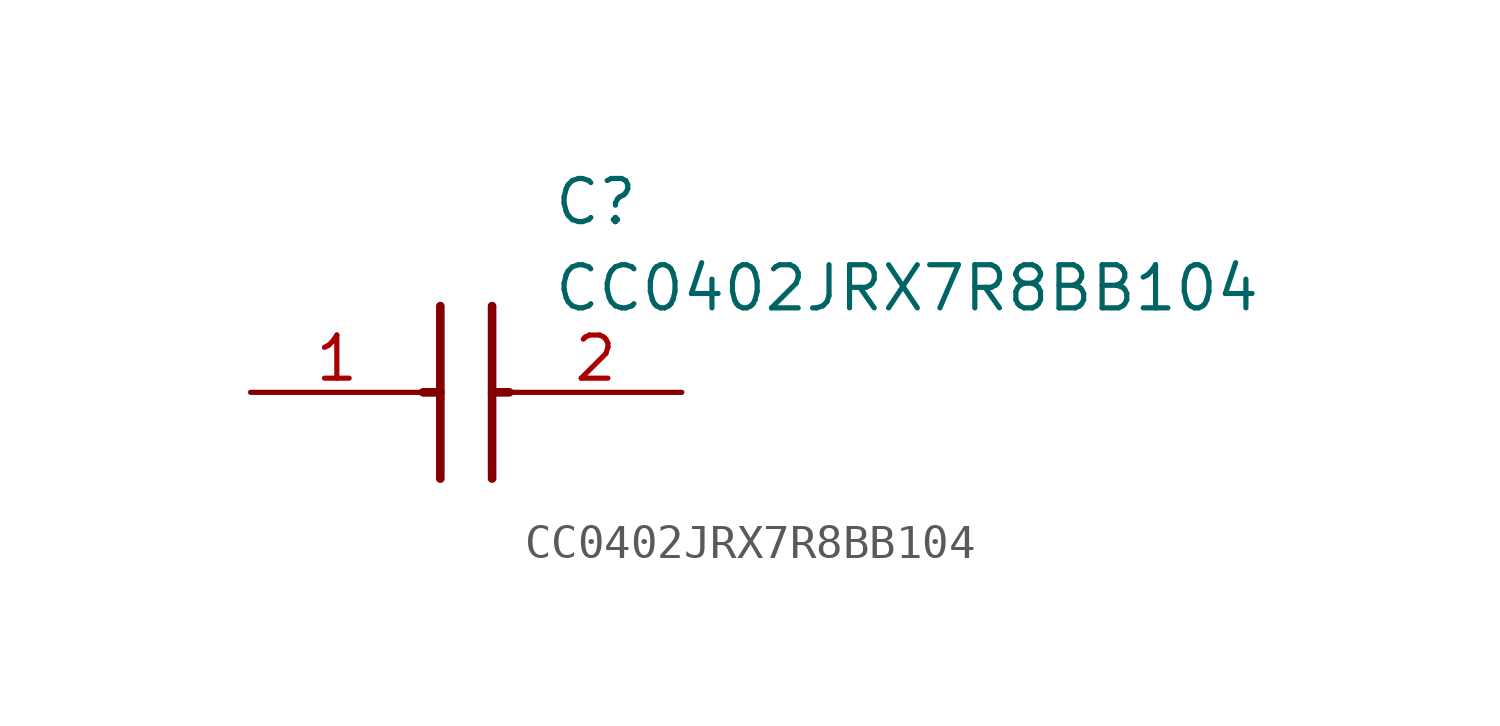
<source format=kicad_sym>
(kicad_symbol_lib
  (version 20211014)
  (generator SamacSys_ECAD_Model)
  (symbol "CC0402JRX7R8BB104"
    (pin_names hide)
    (property "Reference" "C"
      (at 8.89 6.35 0)
      (effects (font (size 1.27 1.27)) (justify left top)))
    (property "Value" "CC0402JRX7R8BB104"
      (at 8.89 3.81 0)
      (effects (font (size 1.27 1.27)) (justify left top)))
    (polyline
      (pts (xy 5.588 2.54) (xy 5.588 -2.54))
      (stroke (width 0.254) (type default))
      (fill (type none)))
    (polyline
      (pts (xy 7.112 2.54) (xy 7.112 -2.54))
      (stroke (width 0.254) (type default))
      (fill (type none)))
    (polyline
      (pts (xy 5.08 0) (xy 5.588 0))
      (stroke (width 0.254) (type default))
      (fill (type none)))
    (polyline
      (pts (xy 7.112 0) (xy 7.62 0))
      (stroke (width 0.254) (type default))
      (fill (type none)))
    (pin passive line
      (at 0 0 0)
      (length 5.08)
      (name "1" (effects (font (size 1.27 1.27))))
      (number "1" (effects (font (size 1.27 1.27)))))
    (pin passive line
      (at 12.7 0 180)
      (length 5.08)
      (name "2" (effects (font (size 1.27 1.27))))
      (number "2" (effects (font (size 1.27 1.27)))))))
</source>
